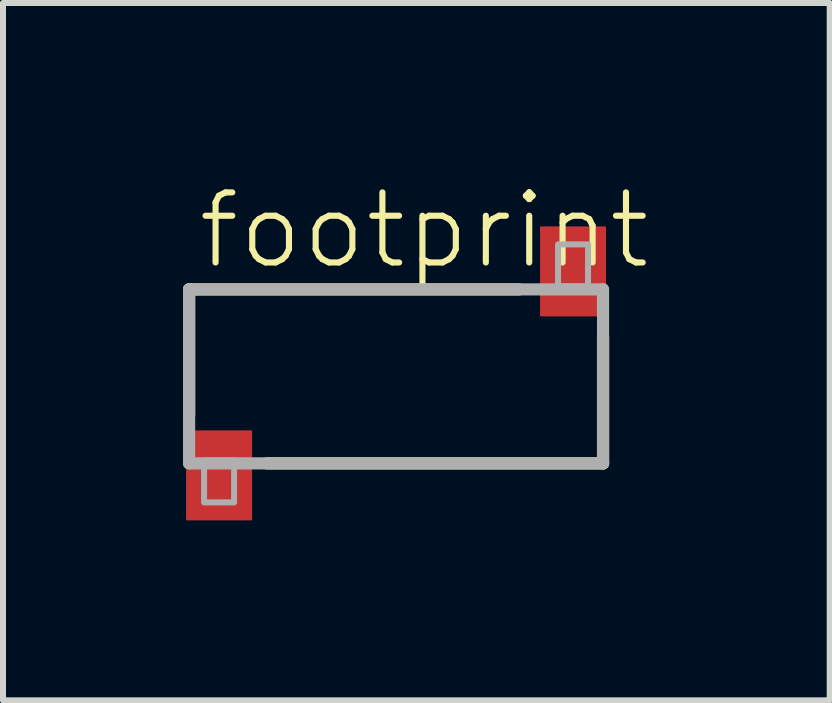
<source format=kicad_pcb>
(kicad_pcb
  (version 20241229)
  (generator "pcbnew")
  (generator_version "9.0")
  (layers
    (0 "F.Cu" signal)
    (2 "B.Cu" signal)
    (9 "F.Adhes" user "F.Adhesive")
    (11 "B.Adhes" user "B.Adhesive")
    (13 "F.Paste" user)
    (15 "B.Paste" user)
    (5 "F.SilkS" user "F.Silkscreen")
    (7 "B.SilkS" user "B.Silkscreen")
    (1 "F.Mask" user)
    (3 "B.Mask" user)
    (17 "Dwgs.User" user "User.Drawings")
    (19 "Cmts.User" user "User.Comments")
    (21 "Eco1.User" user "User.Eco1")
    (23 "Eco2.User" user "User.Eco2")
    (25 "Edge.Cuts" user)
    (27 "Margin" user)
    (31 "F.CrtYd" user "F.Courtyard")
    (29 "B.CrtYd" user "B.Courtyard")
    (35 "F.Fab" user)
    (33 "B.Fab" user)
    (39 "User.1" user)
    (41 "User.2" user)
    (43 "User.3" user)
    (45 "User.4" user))
  (footprint "footprint"
    (layer "F.Cu")
    (at 3.552 3.224)
    (property "Reference" "footprint" (at -3.354 -1.751 0) (layer "F.SilkS") (effects (font (size 1.168 1.168) (thickness 0.102)) (justify left bottom)))
    (fp_line (start -3.45 -1.45) (end -3.45 0.65) (stroke (width 0.203) (type solid)) (layer "F.SilkS"))
    (fp_line (start 2.05 -1.45) (end -3.45 -1.45) (stroke (width 0.203) (type solid)) (layer "F.SilkS"))
    (fp_line (start 3.45 -0.65) (end 3.45 1.45) (stroke (width 0.203) (type solid)) (layer "F.SilkS"))
    (fp_line (start 3.45 1.45) (end -2.15 1.45) (stroke (width 0.203) (type solid)) (layer "F.SilkS"))
    (fp_line (start -3.45 -1.45) (end -3.45 1.45) (stroke (width 0.203) (type solid)) (layer "F.Fab"))
    (fp_line (start -3.45 1.45) (end 3.45 1.45) (stroke (width 0.203) (type solid)) (layer "F.Fab"))
    (fp_line (start 3.45 -1.45) (end -3.45 -1.45) (stroke (width 0.203) (type solid)) (layer "F.Fab"))
    (fp_line (start 3.45 1.45) (end 3.45 -1.45) (stroke (width 0.203) (type solid)) (layer "F.Fab"))
    (fp_poly (pts (xy -3.2 2.1) (xy -2.7 2.1) (xy -2.7 1.4) (xy -3.2 1.4)) (stroke (width 0.1) (type solid)) (fill no) (layer "F.Fab"))
    (fp_poly (pts (xy 2.7 -1.5) (xy 3.2 -1.5) (xy 3.2 -2.2) (xy 2.7 -2.2)) (stroke (width 0.1) (type solid)) (fill no) (layer "F.Fab"))
    (pad "1" smd rect (at -2.95 1.65) (size 1.1 1.5) (layers "F.Cu" "F.Mask" "F.Paste"))
    (pad "2" smd rect (at 2.95 -1.75) (size 1.1 1.5) (layers "F.Cu" "F.Mask" "F.Paste")))
  (gr_rect
    (start -3 -3)
    (end 10.78 8.624)
    (stroke (width 0.1) (type default))
    (fill no)
    (layer "Edge.Cuts")))
</source>
